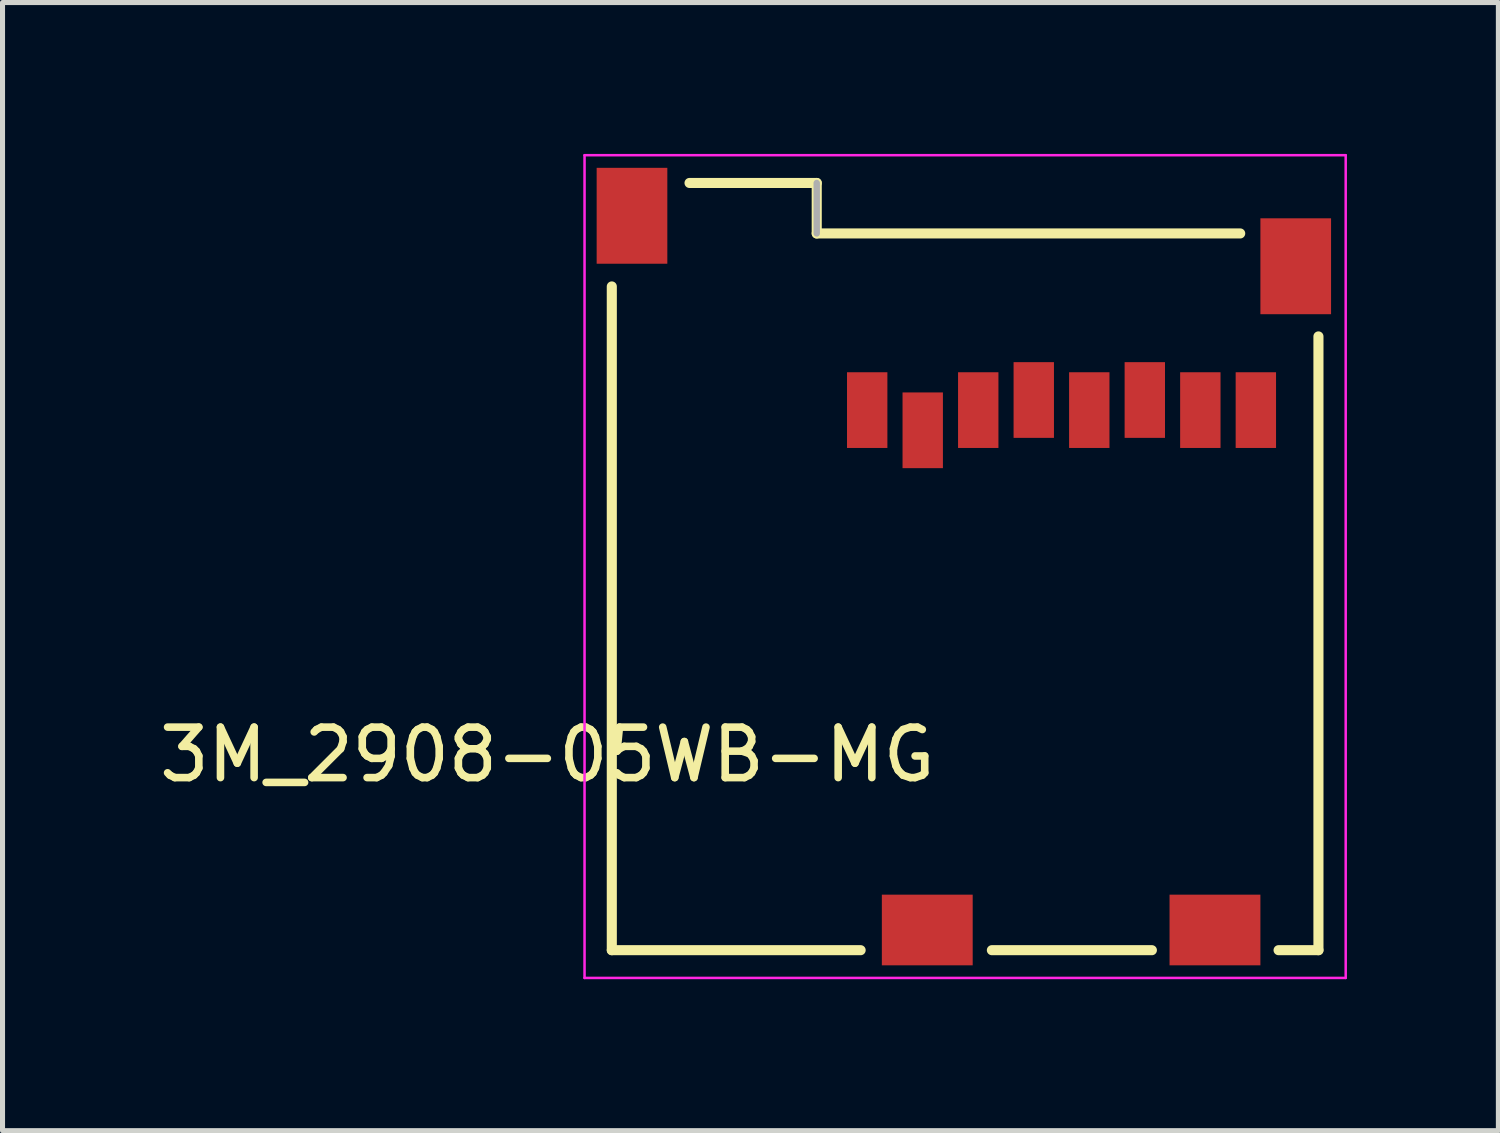
<source format=kicad_pcb>
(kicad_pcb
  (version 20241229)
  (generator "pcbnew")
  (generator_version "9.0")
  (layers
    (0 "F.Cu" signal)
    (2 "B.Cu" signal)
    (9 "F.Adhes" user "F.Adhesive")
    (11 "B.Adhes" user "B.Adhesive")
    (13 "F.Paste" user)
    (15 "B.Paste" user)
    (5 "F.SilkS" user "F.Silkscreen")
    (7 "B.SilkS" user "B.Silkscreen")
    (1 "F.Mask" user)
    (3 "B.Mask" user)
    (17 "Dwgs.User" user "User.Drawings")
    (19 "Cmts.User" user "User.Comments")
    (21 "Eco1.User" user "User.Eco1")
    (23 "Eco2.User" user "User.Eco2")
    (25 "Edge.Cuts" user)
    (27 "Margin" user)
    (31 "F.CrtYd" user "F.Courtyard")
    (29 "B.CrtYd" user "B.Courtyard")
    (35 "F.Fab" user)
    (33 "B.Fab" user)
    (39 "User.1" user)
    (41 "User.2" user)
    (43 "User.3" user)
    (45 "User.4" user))
  (footprint "3M_2908-05WB-MG"
    (layer "F.Cu")
    (at 16.071 8.175)
    (property "Reference" "3M_2908-05WB-MG" (at -8.277 3.726 180) (layer "F.SilkS") (effects (font (size 1 1) (thickness 0.15))))
    (attr smd)
    (fp_line (start -7 -5.55) (end -7 7.6) (stroke (width 0.2) (type solid)) (layer "F.SilkS"))
    (fp_line (start -7 7.6) (end -2.07 7.6) (stroke (width 0.2) (type solid)) (layer "F.SilkS"))
    (fp_line (start -5.46 -7.6) (end -2.94 -7.6) (stroke (width 0.2) (type solid)) (layer "F.SilkS"))
    (fp_line (start -2.94 -7.6) (end -2.94 -6.6) (stroke (width 0.2) (type solid)) (layer "F.SilkS"))
    (fp_line (start -2.94 -6.6) (end 5.45 -6.6) (stroke (width 0.2) (type solid)) (layer "F.SilkS"))
    (fp_line (start 0.53 7.6) (end 3.7 7.6) (stroke (width 0.2) (type solid)) (layer "F.SilkS"))
    (fp_line (start 6.21 7.6) (end 7 7.6) (stroke (width 0.2) (type solid)) (layer "F.SilkS"))
    (fp_line (start 7 7.6) (end 7 -4.56) (stroke (width 0.2) (type solid)) (layer "F.SilkS"))
    (fp_line (start -7.54 -8.15) (end 7.54 -8.15) (stroke (width 0.05) (type solid)) (layer "F.CrtYd"))
    (fp_line (start -7.54 8.15) (end -7.54 -8.15) (stroke (width 0.05) (type solid)) (layer "F.CrtYd"))
    (fp_line (start 7.54 -8.15) (end 7.54 8.15) (stroke (width 0.05) (type solid)) (layer "F.CrtYd"))
    (fp_line (start 7.54 8.15) (end -7.54 8.15) (stroke (width 0.05) (type solid)) (layer "F.CrtYd"))
    (fp_line (start -2.94 -6.6) (end -2.94 -7.6) (stroke (width 0.127) (type solid)) (layer "F.Fab"))
    (pad "1" smd rect (at -1.94 -3.1) (size 0.8 1.5) (layers "F.Cu" "F.Mask" "F.Paste"))
    (pad "2" smd rect (at -0.84 -2.7) (size 0.8 1.5) (layers "F.Cu" "F.Mask" "F.Paste"))
    (pad "3" smd rect (at 0.26 -3.1) (size 0.8 1.5) (layers "F.Cu" "F.Mask" "F.Paste"))
    (pad "4" smd rect (at 1.36 -3.3) (size 0.8 1.5) (layers "F.Cu" "F.Mask" "F.Paste"))
    (pad "5" smd rect (at 2.46 -3.1) (size 0.8 1.5) (layers "F.Cu" "F.Mask" "F.Paste"))
    (pad "6" smd rect (at 3.56 -3.3) (size 0.8 1.5) (layers "F.Cu" "F.Mask" "F.Paste"))
    (pad "7" smd rect (at 4.66 -3.1) (size 0.8 1.5) (layers "F.Cu" "F.Mask" "F.Paste"))
    (pad "8" smd rect (at 5.76 -3.1) (size 0.8 1.5) (layers "F.Cu" "F.Mask" "F.Paste"))
    (pad "9" smd rect (at -6.6 -6.95) (size 1.4 1.9) (layers "F.Cu" "F.Mask" "F.Paste"))
    (pad "10" smd rect (at 6.55 -5.95) (size 1.4 1.9) (layers "F.Cu" "F.Mask" "F.Paste"))
    (pad "11" smd rect (at -0.75 7.2) (size 1.8 1.4) (layers "F.Cu" "F.Mask" "F.Paste"))
    (pad "12" smd rect (at 4.95 7.2) (size 1.8 1.4) (layers "F.Cu" "F.Mask" "F.Paste"))
    (zone (net_name "") (layer "F.Cu") (hatch full 0.508) (connect_pads) (min_thickness 0.01) (filled_areas_thickness no) (keepout (tracks not_allowed) (vias not_allowed) (pads not_allowed) (copperpour not_allowed) (footprints allowed)) (placement (enabled no)) (fill) (polygon (pts (xy 22.725 3.175) (xy 23.321 3.175) (xy 23.321 16.08) (xy 22.725 16.08))))
    (zone (net_name "") (layers "F.Cu" "B.Cu") (hatch full 0.508) (connect_pads) (min_thickness 0.01) (filled_areas_thickness no) (keepout (tracks allowed) (vias not_allowed) (pads allowed) (copperpour allowed) (footprints allowed)) (placement (enabled no)) (fill) (polygon (pts (xy 22.728 3.185) (xy 23.321 3.185) (xy 23.321 16.084) (xy 22.728 16.084)))))
  (gr_rect
    (start -3 -3)
    (end 26.636 19.35)
    (stroke (width 0.1) (type default))
    (fill no)
    (layer "Edge.Cuts")))
</source>
